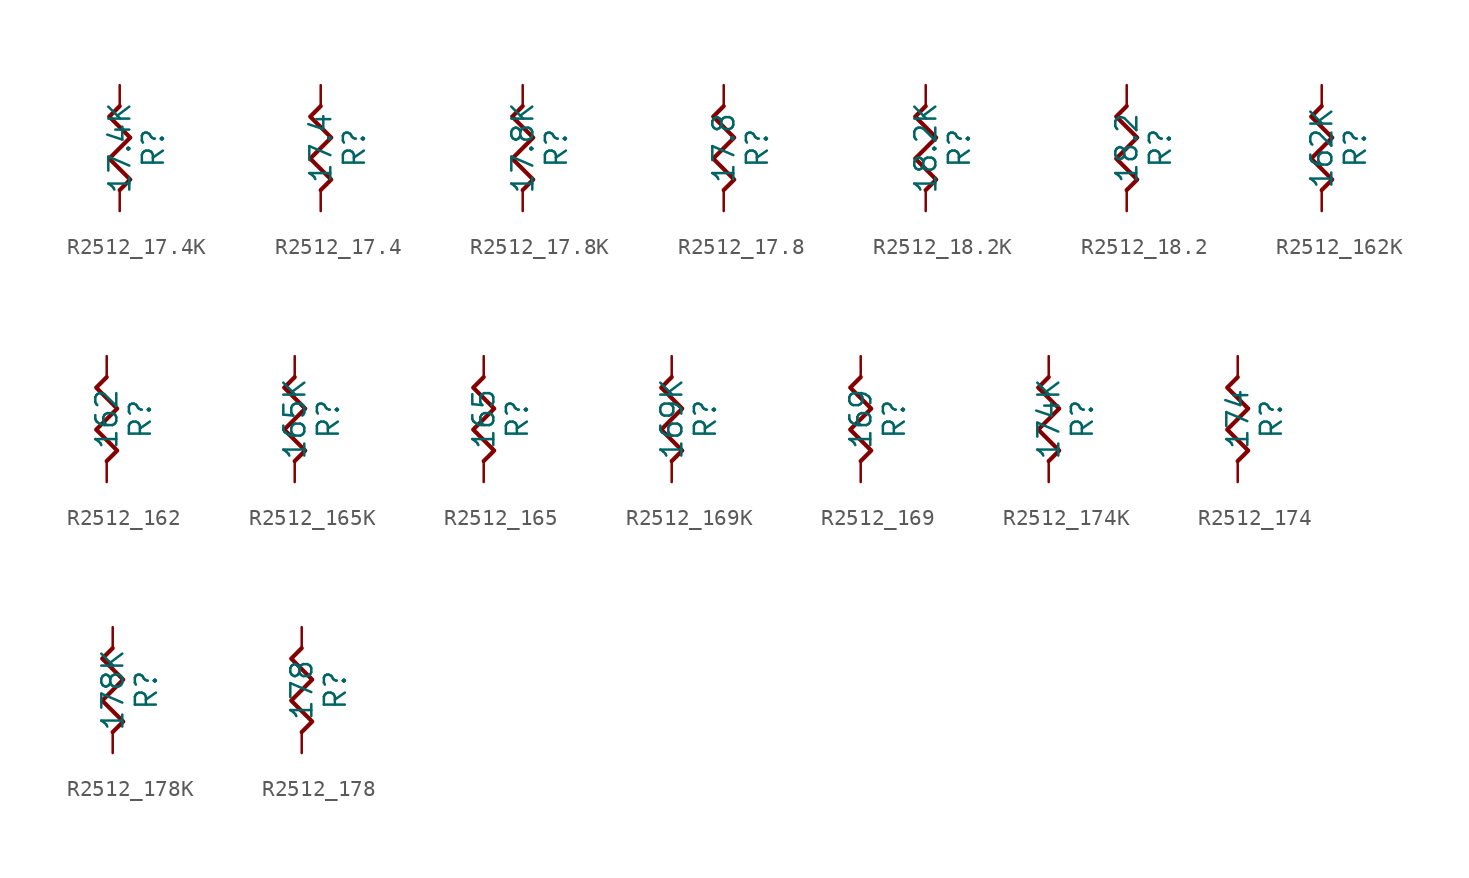
<source format=kicad_sym>
(kicad_symbol_lib
  (version 20211014)
  (generator atlantix-eda)
  (symbol "R2512_17.4K"
    (pin_numbers hide)
    (pin_names
      (offset 0))
    (property "Reference" "R"
      (at 2.032 0 90)
      (effects (font (size 1.27 1.27))))
    (property "Value" "17.4K"
      (at 0 0 90)
      (effects (font (size 1.27 1.27))))
    (symbol "R2512_17.4K_0_1"
      (polyline (pts (xy 0 -2.54) (xy 0.635 -1.905) (xy -0.635 -0.635) (xy 0.635 0.635) (xy -0.635 1.905) (xy 0 2.54)) (stroke (width 0.254) (type default) (color 0 0 0 0)) (fill (type none))))
    (symbol "R2512_17.4K_1_1"
      (pin passive line (at 0 3.81 270) (length 1.27) (name "~" (effects (font (size 1.27 1.27)))) (number "1" (effects (font (size 1.27 1.27)))))
      (pin passive line (at 0 -3.81 90) (length 1.27) (name "~" (effects (font (size 1.27 1.27)))) (number "2" (effects (font (size 1.27 1.27)))))))
  (symbol "R2512_17.4"
    (pin_numbers hide)
    (pin_names
      (offset 0))
    (property "Reference" "R"
      (at 2.032 0 90)
      (effects (font (size 1.27 1.27))))
    (property "Value" "17.4"
      (at 0 0 90)
      (effects (font (size 1.27 1.27))))
    (symbol "R2512_17.4_0_1"
      (polyline (pts (xy 0 -2.54) (xy 0.635 -1.905) (xy -0.635 -0.635) (xy 0.635 0.635) (xy -0.635 1.905) (xy 0 2.54)) (stroke (width 0.254) (type default) (color 0 0 0 0)) (fill (type none))))
    (symbol "R2512_17.4_1_1"
      (pin passive line (at 0 3.81 270) (length 1.27) (name "~" (effects (font (size 1.27 1.27)))) (number "1" (effects (font (size 1.27 1.27)))))
      (pin passive line (at 0 -3.81 90) (length 1.27) (name "~" (effects (font (size 1.27 1.27)))) (number "2" (effects (font (size 1.27 1.27)))))))
  (symbol "R2512_17.8K"
    (pin_numbers hide)
    (pin_names
      (offset 0))
    (property "Reference" "R"
      (at 2.032 0 90)
      (effects (font (size 1.27 1.27))))
    (property "Value" "17.8K"
      (at 0 0 90)
      (effects (font (size 1.27 1.27))))
    (symbol "R2512_17.8K_0_1"
      (polyline (pts (xy 0 -2.54) (xy 0.635 -1.905) (xy -0.635 -0.635) (xy 0.635 0.635) (xy -0.635 1.905) (xy 0 2.54)) (stroke (width 0.254) (type default) (color 0 0 0 0)) (fill (type none))))
    (symbol "R2512_17.8K_1_1"
      (pin passive line (at 0 3.81 270) (length 1.27) (name "~" (effects (font (size 1.27 1.27)))) (number "1" (effects (font (size 1.27 1.27)))))
      (pin passive line (at 0 -3.81 90) (length 1.27) (name "~" (effects (font (size 1.27 1.27)))) (number "2" (effects (font (size 1.27 1.27)))))))
  (symbol "R2512_17.8"
    (pin_numbers hide)
    (pin_names
      (offset 0))
    (property "Reference" "R"
      (at 2.032 0 90)
      (effects (font (size 1.27 1.27))))
    (property "Value" "17.8"
      (at 0 0 90)
      (effects (font (size 1.27 1.27))))
    (symbol "R2512_17.8_0_1"
      (polyline (pts (xy 0 -2.54) (xy 0.635 -1.905) (xy -0.635 -0.635) (xy 0.635 0.635) (xy -0.635 1.905) (xy 0 2.54)) (stroke (width 0.254) (type default) (color 0 0 0 0)) (fill (type none))))
    (symbol "R2512_17.8_1_1"
      (pin passive line (at 0 3.81 270) (length 1.27) (name "~" (effects (font (size 1.27 1.27)))) (number "1" (effects (font (size 1.27 1.27)))))
      (pin passive line (at 0 -3.81 90) (length 1.27) (name "~" (effects (font (size 1.27 1.27)))) (number "2" (effects (font (size 1.27 1.27)))))))
  (symbol "R2512_18.2K"
    (pin_numbers hide)
    (pin_names
      (offset 0))
    (property "Reference" "R"
      (at 2.032 0 90)
      (effects (font (size 1.27 1.27))))
    (property "Value" "18.2K"
      (at 0 0 90)
      (effects (font (size 1.27 1.27))))
    (symbol "R2512_18.2K_0_1"
      (polyline (pts (xy 0 -2.54) (xy 0.635 -1.905) (xy -0.635 -0.635) (xy 0.635 0.635) (xy -0.635 1.905) (xy 0 2.54)) (stroke (width 0.254) (type default) (color 0 0 0 0)) (fill (type none))))
    (symbol "R2512_18.2K_1_1"
      (pin passive line (at 0 3.81 270) (length 1.27) (name "~" (effects (font (size 1.27 1.27)))) (number "1" (effects (font (size 1.27 1.27)))))
      (pin passive line (at 0 -3.81 90) (length 1.27) (name "~" (effects (font (size 1.27 1.27)))) (number "2" (effects (font (size 1.27 1.27)))))))
  (symbol "R2512_18.2"
    (pin_numbers hide)
    (pin_names
      (offset 0))
    (property "Reference" "R"
      (at 2.032 0 90)
      (effects (font (size 1.27 1.27))))
    (property "Value" "18.2"
      (at 0 0 90)
      (effects (font (size 1.27 1.27))))
    (symbol "R2512_18.2_0_1"
      (polyline (pts (xy 0 -2.54) (xy 0.635 -1.905) (xy -0.635 -0.635) (xy 0.635 0.635) (xy -0.635 1.905) (xy 0 2.54)) (stroke (width 0.254) (type default) (color 0 0 0 0)) (fill (type none))))
    (symbol "R2512_18.2_1_1"
      (pin passive line (at 0 3.81 270) (length 1.27) (name "~" (effects (font (size 1.27 1.27)))) (number "1" (effects (font (size 1.27 1.27)))))
      (pin passive line (at 0 -3.81 90) (length 1.27) (name "~" (effects (font (size 1.27 1.27)))) (number "2" (effects (font (size 1.27 1.27)))))))
  (symbol "R2512_162K"
    (pin_numbers hide)
    (pin_names
      (offset 0))
    (property "Reference" "R"
      (at 2.032 0 90)
      (effects (font (size 1.27 1.27))))
    (property "Value" "162K"
      (at 0 0 90)
      (effects (font (size 1.27 1.27))))
    (symbol "R2512_162K_0_1"
      (polyline (pts (xy 0 -2.54) (xy 0.635 -1.905) (xy -0.635 -0.635) (xy 0.635 0.635) (xy -0.635 1.905) (xy 0 2.54)) (stroke (width 0.254) (type default) (color 0 0 0 0)) (fill (type none))))
    (symbol "R2512_162K_1_1"
      (pin passive line (at 0 3.81 270) (length 1.27) (name "~" (effects (font (size 1.27 1.27)))) (number "1" (effects (font (size 1.27 1.27)))))
      (pin passive line (at 0 -3.81 90) (length 1.27) (name "~" (effects (font (size 1.27 1.27)))) (number "2" (effects (font (size 1.27 1.27)))))))
  (symbol "R2512_162"
    (pin_numbers hide)
    (pin_names
      (offset 0))
    (property "Reference" "R"
      (at 2.032 0 90)
      (effects (font (size 1.27 1.27))))
    (property "Value" "162"
      (at 0 0 90)
      (effects (font (size 1.27 1.27))))
    (symbol "R2512_162_0_1"
      (polyline (pts (xy 0 -2.54) (xy 0.635 -1.905) (xy -0.635 -0.635) (xy 0.635 0.635) (xy -0.635 1.905) (xy 0 2.54)) (stroke (width 0.254) (type default) (color 0 0 0 0)) (fill (type none))))
    (symbol "R2512_162_1_1"
      (pin passive line (at 0 3.81 270) (length 1.27) (name "~" (effects (font (size 1.27 1.27)))) (number "1" (effects (font (size 1.27 1.27)))))
      (pin passive line (at 0 -3.81 90) (length 1.27) (name "~" (effects (font (size 1.27 1.27)))) (number "2" (effects (font (size 1.27 1.27)))))))
  (symbol "R2512_165K"
    (pin_numbers hide)
    (pin_names
      (offset 0))
    (property "Reference" "R"
      (at 2.032 0 90)
      (effects (font (size 1.27 1.27))))
    (property "Value" "165K"
      (at 0 0 90)
      (effects (font (size 1.27 1.27))))
    (symbol "R2512_165K_0_1"
      (polyline (pts (xy 0 -2.54) (xy 0.635 -1.905) (xy -0.635 -0.635) (xy 0.635 0.635) (xy -0.635 1.905) (xy 0 2.54)) (stroke (width 0.254) (type default) (color 0 0 0 0)) (fill (type none))))
    (symbol "R2512_165K_1_1"
      (pin passive line (at 0 3.81 270) (length 1.27) (name "~" (effects (font (size 1.27 1.27)))) (number "1" (effects (font (size 1.27 1.27)))))
      (pin passive line (at 0 -3.81 90) (length 1.27) (name "~" (effects (font (size 1.27 1.27)))) (number "2" (effects (font (size 1.27 1.27)))))))
  (symbol "R2512_165"
    (pin_numbers hide)
    (pin_names
      (offset 0))
    (property "Reference" "R"
      (at 2.032 0 90)
      (effects (font (size 1.27 1.27))))
    (property "Value" "165"
      (at 0 0 90)
      (effects (font (size 1.27 1.27))))
    (symbol "R2512_165_0_1"
      (polyline (pts (xy 0 -2.54) (xy 0.635 -1.905) (xy -0.635 -0.635) (xy 0.635 0.635) (xy -0.635 1.905) (xy 0 2.54)) (stroke (width 0.254) (type default) (color 0 0 0 0)) (fill (type none))))
    (symbol "R2512_165_1_1"
      (pin passive line (at 0 3.81 270) (length 1.27) (name "~" (effects (font (size 1.27 1.27)))) (number "1" (effects (font (size 1.27 1.27)))))
      (pin passive line (at 0 -3.81 90) (length 1.27) (name "~" (effects (font (size 1.27 1.27)))) (number "2" (effects (font (size 1.27 1.27)))))))
  (symbol "R2512_169K"
    (pin_numbers hide)
    (pin_names
      (offset 0))
    (property "Reference" "R"
      (at 2.032 0 90)
      (effects (font (size 1.27 1.27))))
    (property "Value" "169K"
      (at 0 0 90)
      (effects (font (size 1.27 1.27))))
    (symbol "R2512_169K_0_1"
      (polyline (pts (xy 0 -2.54) (xy 0.635 -1.905) (xy -0.635 -0.635) (xy 0.635 0.635) (xy -0.635 1.905) (xy 0 2.54)) (stroke (width 0.254) (type default) (color 0 0 0 0)) (fill (type none))))
    (symbol "R2512_169K_1_1"
      (pin passive line (at 0 3.81 270) (length 1.27) (name "~" (effects (font (size 1.27 1.27)))) (number "1" (effects (font (size 1.27 1.27)))))
      (pin passive line (at 0 -3.81 90) (length 1.27) (name "~" (effects (font (size 1.27 1.27)))) (number "2" (effects (font (size 1.27 1.27)))))))
  (symbol "R2512_169"
    (pin_numbers hide)
    (pin_names
      (offset 0))
    (property "Reference" "R"
      (at 2.032 0 90)
      (effects (font (size 1.27 1.27))))
    (property "Value" "169"
      (at 0 0 90)
      (effects (font (size 1.27 1.27))))
    (symbol "R2512_169_0_1"
      (polyline (pts (xy 0 -2.54) (xy 0.635 -1.905) (xy -0.635 -0.635) (xy 0.635 0.635) (xy -0.635 1.905) (xy 0 2.54)) (stroke (width 0.254) (type default) (color 0 0 0 0)) (fill (type none))))
    (symbol "R2512_169_1_1"
      (pin passive line (at 0 3.81 270) (length 1.27) (name "~" (effects (font (size 1.27 1.27)))) (number "1" (effects (font (size 1.27 1.27)))))
      (pin passive line (at 0 -3.81 90) (length 1.27) (name "~" (effects (font (size 1.27 1.27)))) (number "2" (effects (font (size 1.27 1.27)))))))
  (symbol "R2512_174K"
    (pin_numbers hide)
    (pin_names
      (offset 0))
    (property "Reference" "R"
      (at 2.032 0 90)
      (effects (font (size 1.27 1.27))))
    (property "Value" "174K"
      (at 0 0 90)
      (effects (font (size 1.27 1.27))))
    (symbol "R2512_174K_0_1"
      (polyline (pts (xy 0 -2.54) (xy 0.635 -1.905) (xy -0.635 -0.635) (xy 0.635 0.635) (xy -0.635 1.905) (xy 0 2.54)) (stroke (width 0.254) (type default) (color 0 0 0 0)) (fill (type none))))
    (symbol "R2512_174K_1_1"
      (pin passive line (at 0 3.81 270) (length 1.27) (name "~" (effects (font (size 1.27 1.27)))) (number "1" (effects (font (size 1.27 1.27)))))
      (pin passive line (at 0 -3.81 90) (length 1.27) (name "~" (effects (font (size 1.27 1.27)))) (number "2" (effects (font (size 1.27 1.27)))))))
  (symbol "R2512_174"
    (pin_numbers hide)
    (pin_names
      (offset 0))
    (property "Reference" "R"
      (at 2.032 0 90)
      (effects (font (size 1.27 1.27))))
    (property "Value" "174"
      (at 0 0 90)
      (effects (font (size 1.27 1.27))))
    (symbol "R2512_174_0_1"
      (polyline (pts (xy 0 -2.54) (xy 0.635 -1.905) (xy -0.635 -0.635) (xy 0.635 0.635) (xy -0.635 1.905) (xy 0 2.54)) (stroke (width 0.254) (type default) (color 0 0 0 0)) (fill (type none))))
    (symbol "R2512_174_1_1"
      (pin passive line (at 0 3.81 270) (length 1.27) (name "~" (effects (font (size 1.27 1.27)))) (number "1" (effects (font (size 1.27 1.27)))))
      (pin passive line (at 0 -3.81 90) (length 1.27) (name "~" (effects (font (size 1.27 1.27)))) (number "2" (effects (font (size 1.27 1.27)))))))
  (symbol "R2512_178K"
    (pin_numbers hide)
    (pin_names
      (offset 0))
    (property "Reference" "R"
      (at 2.032 0 90)
      (effects (font (size 1.27 1.27))))
    (property "Value" "178K"
      (at 0 0 90)
      (effects (font (size 1.27 1.27))))
    (symbol "R2512_178K_0_1"
      (polyline (pts (xy 0 -2.54) (xy 0.635 -1.905) (xy -0.635 -0.635) (xy 0.635 0.635) (xy -0.635 1.905) (xy 0 2.54)) (stroke (width 0.254) (type default) (color 0 0 0 0)) (fill (type none))))
    (symbol "R2512_178K_1_1"
      (pin passive line (at 0 3.81 270) (length 1.27) (name "~" (effects (font (size 1.27 1.27)))) (number "1" (effects (font (size 1.27 1.27)))))
      (pin passive line (at 0 -3.81 90) (length 1.27) (name "~" (effects (font (size 1.27 1.27)))) (number "2" (effects (font (size 1.27 1.27)))))))
  (symbol "R2512_178"
    (pin_numbers hide)
    (pin_names
      (offset 0))
    (property "Reference" "R"
      (at 2.032 0 90)
      (effects (font (size 1.27 1.27))))
    (property "Value" "178"
      (at 0 0 90)
      (effects (font (size 1.27 1.27))))
    (symbol "R2512_178_0_1"
      (polyline (pts (xy 0 -2.54) (xy 0.635 -1.905) (xy -0.635 -0.635) (xy 0.635 0.635) (xy -0.635 1.905) (xy 0 2.54)) (stroke (width 0.254) (type default) (color 0 0 0 0)) (fill (type none))))
    (symbol "R2512_178_1_1"
      (pin passive line (at 0 3.81 270) (length 1.27) (name "~" (effects (font (size 1.27 1.27)))) (number "1" (effects (font (size 1.27 1.27)))))
      (pin passive line (at 0 -3.81 90) (length 1.27) (name "~" (effects (font (size 1.27 1.27)))) (number "2" (effects (font (size 1.27 1.27))))))))
</source>
